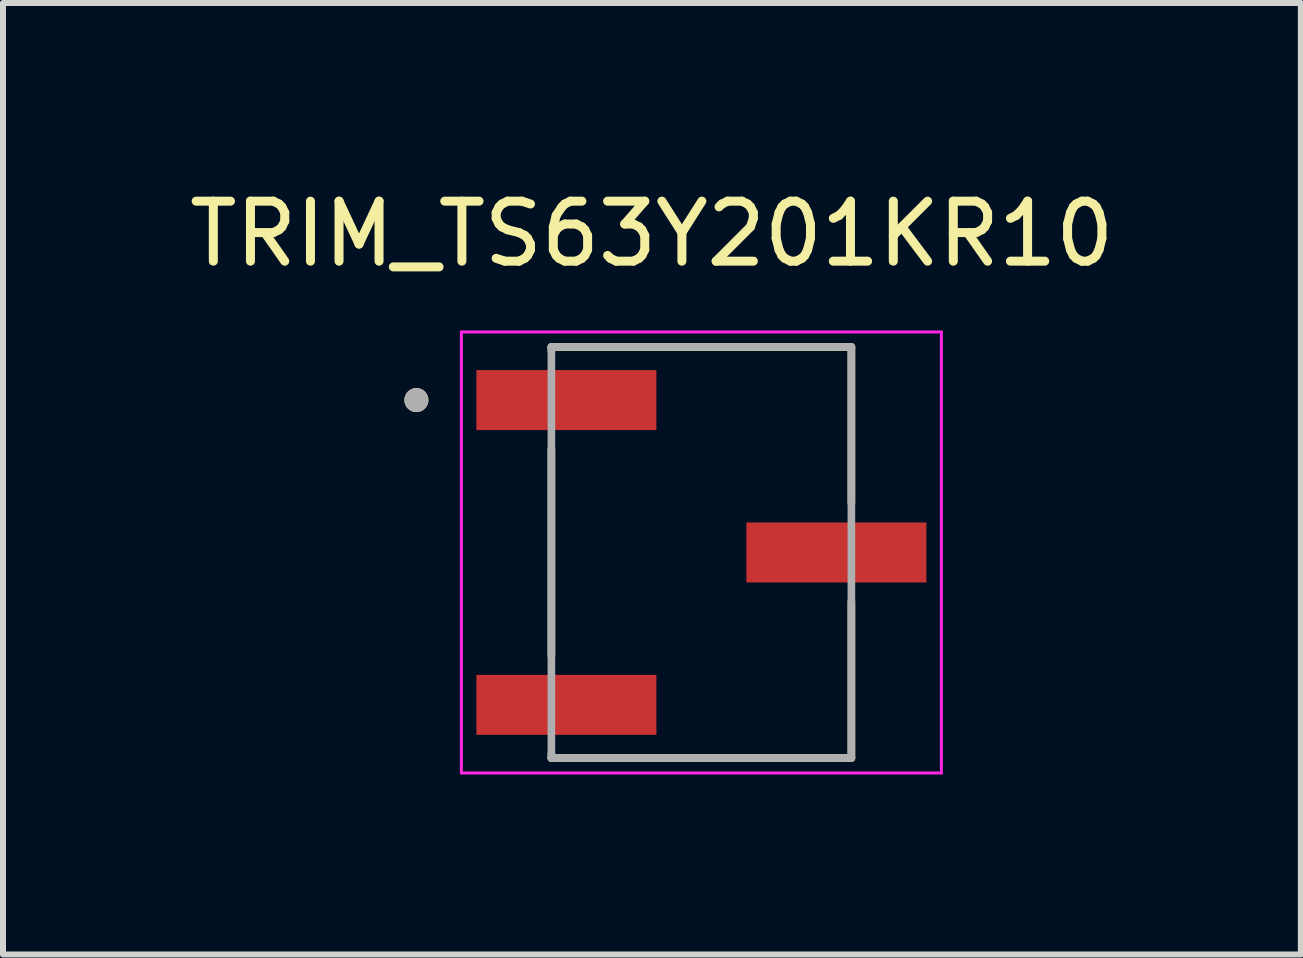
<source format=kicad_pcb>
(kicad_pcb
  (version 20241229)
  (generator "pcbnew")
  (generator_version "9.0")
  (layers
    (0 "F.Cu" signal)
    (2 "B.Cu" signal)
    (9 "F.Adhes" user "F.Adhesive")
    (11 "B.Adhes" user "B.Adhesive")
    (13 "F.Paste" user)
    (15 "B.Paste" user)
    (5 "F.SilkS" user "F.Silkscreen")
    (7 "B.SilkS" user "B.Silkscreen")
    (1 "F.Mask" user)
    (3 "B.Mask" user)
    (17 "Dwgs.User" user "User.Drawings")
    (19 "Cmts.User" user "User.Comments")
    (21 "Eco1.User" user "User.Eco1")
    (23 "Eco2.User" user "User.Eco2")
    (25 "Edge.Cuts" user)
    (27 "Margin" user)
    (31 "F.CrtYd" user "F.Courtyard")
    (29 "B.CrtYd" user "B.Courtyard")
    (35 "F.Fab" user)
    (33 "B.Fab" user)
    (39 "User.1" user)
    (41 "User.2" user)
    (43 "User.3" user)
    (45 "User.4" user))
  (footprint "TRIM_TS63Y201KR10"
    (layer "F.Cu")
    (at 8.64 6.158)
    (property "Reference" "TRIM_TS63Y201KR10" (at -0.825 -5.31 0) (layer "F.SilkS") (effects (font (size 1 1) (thickness 0.15))))
    (attr smd)
    (fp_line (start -2.5 -3.425) (end 2.5 -3.425) (stroke (width 0.127) (type solid)) (layer "F.SilkS"))
    (fp_line (start -2.5 -3.36) (end -2.5 -3.425) (stroke (width 0.127) (type solid)) (layer "F.SilkS"))
    (fp_line (start -2.5 -1.72) (end -2.5 1.72) (stroke (width 0.127) (type solid)) (layer "F.SilkS"))
    (fp_line (start -2.5 3.425) (end -2.5 3.36) (stroke (width 0.127) (type solid)) (layer "F.SilkS"))
    (fp_line (start 2.5 -3.425) (end 2.5 -0.82) (stroke (width 0.127) (type solid)) (layer "F.SilkS"))
    (fp_line (start 2.5 3.425) (end -2.5 3.425) (stroke (width 0.127) (type solid)) (layer "F.SilkS"))
    (fp_line (start 2.5 3.425) (end 2.5 0.82) (stroke (width 0.127) (type solid)) (layer "F.SilkS"))
    (fp_circle (center -4.75 -2.54) (end -4.65 -2.54) (stroke (width 0.2) (type solid)) (fill no) (layer "F.SilkS"))
    (fp_line (start -4 -3.675) (end -4 3.675) (stroke (width 0.05) (type solid)) (layer "F.CrtYd"))
    (fp_line (start -4 3.675) (end 4 3.675) (stroke (width 0.05) (type solid)) (layer "F.CrtYd"))
    (fp_line (start 4 -3.675) (end -4 -3.675) (stroke (width 0.05) (type solid)) (layer "F.CrtYd"))
    (fp_line (start 4 3.675) (end 4 -3.675) (stroke (width 0.05) (type solid)) (layer "F.CrtYd"))
    (fp_line (start -2.5 -3.425) (end 2.5 -3.425) (stroke (width 0.127) (type solid)) (layer "F.Fab"))
    (fp_line (start -2.5 3.425) (end -2.5 -3.425) (stroke (width 0.127) (type solid)) (layer "F.Fab"))
    (fp_line (start 2.5 -3.425) (end 2.5 3.425) (stroke (width 0.127) (type solid)) (layer "F.Fab"))
    (fp_line (start 2.5 3.425) (end -2.5 3.425) (stroke (width 0.127) (type solid)) (layer "F.Fab"))
    (fp_circle (center -4.75 -2.54) (end -4.65 -2.54) (stroke (width 0.2) (type solid)) (fill no) (layer "F.Fab"))
    (pad "1" smd rect (at -2.25 -2.54) (size 3 1) (layers "F.Cu" "F.Mask" "F.Paste"))
    (pad "2" smd rect (at 2.25 0) (size 3 1) (layers "F.Cu" "F.Mask" "F.Paste"))
    (pad "3" smd rect (at -2.25 2.54) (size 3 1) (layers "F.Cu" "F.Mask" "F.Paste")))
  (gr_rect
    (start -3 -3)
    (end 18.631 12.858)
    (stroke (width 0.1) (type default))
    (fill no)
    (layer "Edge.Cuts")))
</source>
